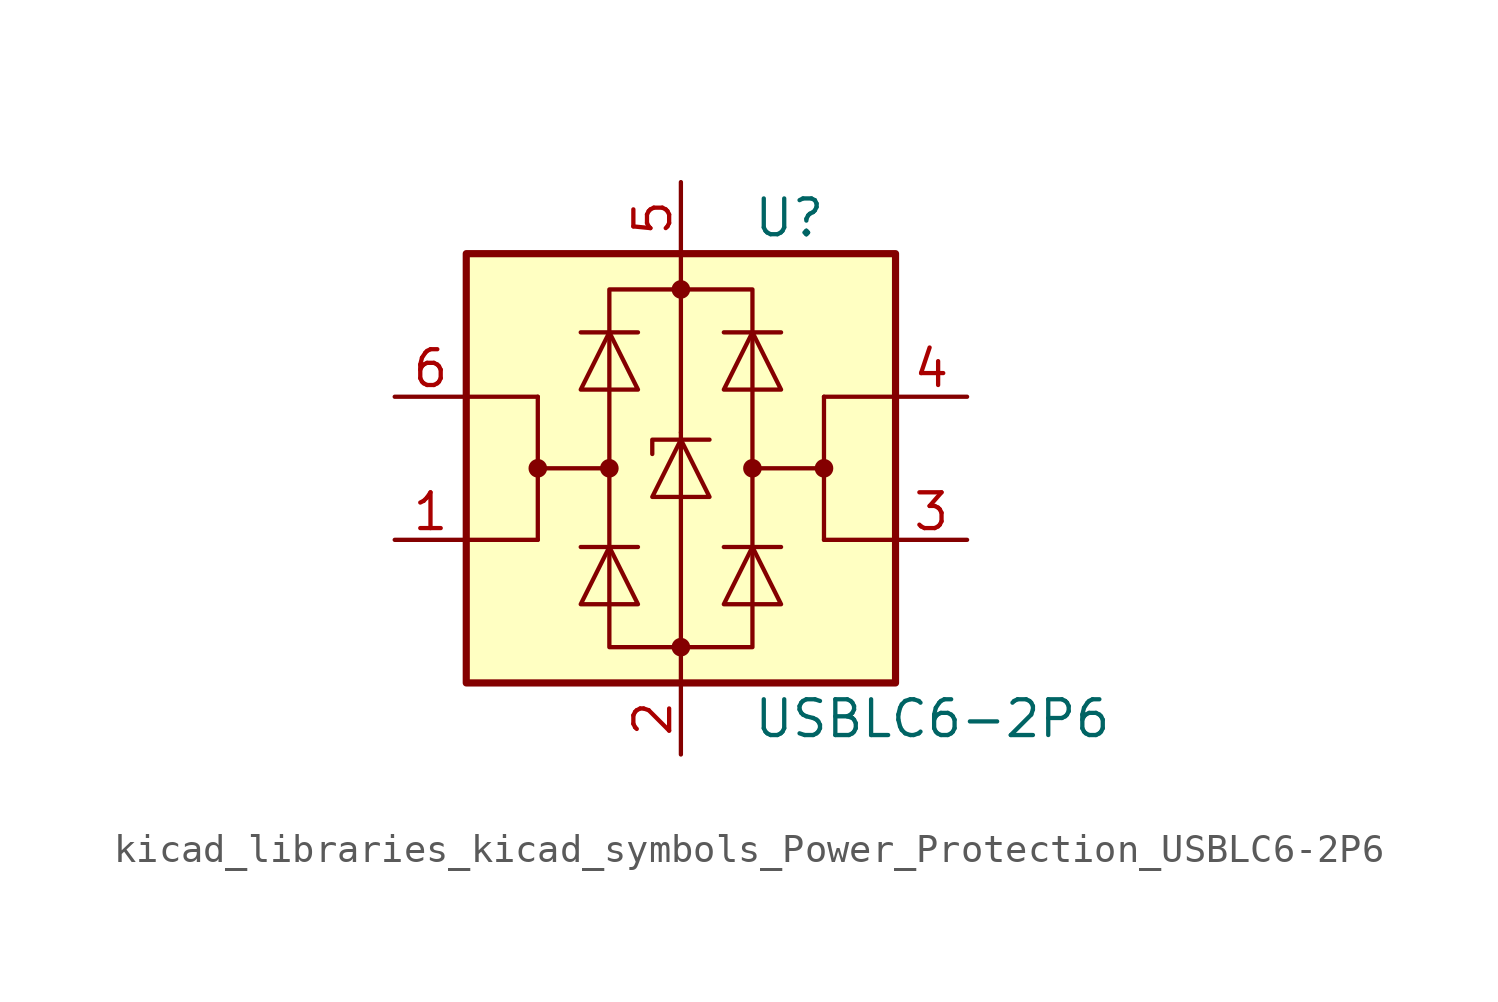
<source format=kicad_sym>
(kicad_symbol_lib
  (version 20220914)
  (generator kicad_symbol_editor)
  (symbol "kicad_libraries_kicad_symbols_Power_Protection_USBLC6-2P6"
    (pin_names hide)
    (property "Reference" "U"
      (at 2.54 8.89 0)
      (effects (font (size 1.27 1.27)) (justify left)))
    (property "Value" "USBLC6-2P6"
      (at 2.54 -8.89 0)
      (effects (font (size 1.27 1.27)) (justify left)))
    (symbol "kicad_libraries_kicad_symbols_Power_Protection_USBLC6-2P6_0_1"
      (rectangle (start -7.62 -7.62) (end 7.62 7.62) (stroke (width 0.254) (type default)) (fill (type background)))
      (circle (center -5.08 0) (radius 0.254) (stroke (width 0) (type default)) (fill (type outline)))
      (circle (center -2.54 0) (radius 0.254) (stroke (width 0) (type default)) (fill (type outline)))
      (rectangle (start -2.54 6.35) (end 2.54 -6.35) (stroke (width 0) (type default)) (fill (type none)))
      (circle (center 0 -6.35) (radius 0.254) (stroke (width 0) (type default)) (fill (type outline)))
      (polyline (pts (xy -5.08 -2.54) (xy -7.62 -2.54)) (stroke (width 0) (type default)) (fill (type none)))
      (polyline (pts (xy -5.08 0) (xy -5.08 -2.54)) (stroke (width 0) (type default)) (fill (type none)))
      (polyline (pts (xy -5.08 2.54) (xy -7.62 2.54)) (stroke (width 0) (type default)) (fill (type none)))
      (polyline (pts (xy -1.524 -2.794) (xy -3.556 -2.794)) (stroke (width 0) (type default)) (fill (type none)))
      (polyline (pts (xy -1.524 4.826) (xy -3.556 4.826)) (stroke (width 0) (type default)) (fill (type none)))
      (polyline (pts (xy 0 -7.62) (xy 0 -6.35)) (stroke (width 0) (type default)) (fill (type none)))
      (polyline (pts (xy 0 -6.35) (xy 0 1.27)) (stroke (width 0) (type default)) (fill (type none)))
      (polyline (pts (xy 0 1.27) (xy 0 6.35)) (stroke (width 0) (type default)) (fill (type none)))
      (polyline (pts (xy 0 6.35) (xy 0 7.62)) (stroke (width 0) (type default)) (fill (type none)))
      (polyline (pts (xy 1.524 -2.794) (xy 3.556 -2.794)) (stroke (width 0) (type default)) (fill (type none)))
      (polyline (pts (xy 1.524 4.826) (xy 3.556 4.826)) (stroke (width 0) (type default)) (fill (type none)))
      (polyline (pts (xy 5.08 -2.54) (xy 7.62 -2.54)) (stroke (width 0) (type default)) (fill (type none)))
      (polyline (pts (xy 5.08 0) (xy 5.08 -2.54)) (stroke (width 0) (type default)) (fill (type none)))
      (polyline (pts (xy 5.08 2.54) (xy 7.62 2.54)) (stroke (width 0) (type default)) (fill (type none)))
      (polyline (pts (xy -2.54 0) (xy -5.08 0) (xy -5.08 2.54)) (stroke (width 0) (type default)) (fill (type none)))
      (polyline (pts (xy 2.54 0) (xy 5.08 0) (xy 5.08 2.54)) (stroke (width 0) (type default)) (fill (type none)))
      (polyline (pts (xy -3.556 -4.826) (xy -1.524 -4.826) (xy -2.54 -2.794) (xy -3.556 -4.826)) (stroke (width 0) (type default)) (fill (type none)))
      (polyline (pts (xy -3.556 2.794) (xy -1.524 2.794) (xy -2.54 4.826) (xy -3.556 2.794)) (stroke (width 0) (type default)) (fill (type none)))
      (polyline (pts (xy -1.016 -1.016) (xy 1.016 -1.016) (xy 0 1.016) (xy -1.016 -1.016)) (stroke (width 0) (type default)) (fill (type none)))
      (polyline (pts (xy 1.016 1.016) (xy 0.762 1.016) (xy -1.016 1.016) (xy -1.016 0.508)) (stroke (width 0) (type default)) (fill (type none)))
      (polyline (pts (xy 3.556 -4.826) (xy 1.524 -4.826) (xy 2.54 -2.794) (xy 3.556 -4.826)) (stroke (width 0) (type default)) (fill (type none)))
      (polyline (pts (xy 3.556 2.794) (xy 1.524 2.794) (xy 2.54 4.826) (xy 3.556 2.794)) (stroke (width 0) (type default)) (fill (type none)))
      (circle (center 0 6.35) (radius 0.254) (stroke (width 0) (type default)) (fill (type outline)))
      (circle (center 2.54 0) (radius 0.254) (stroke (width 0) (type default)) (fill (type outline)))
      (circle (center 5.08 0) (radius 0.254) (stroke (width 0) (type default)) (fill (type outline))))
    (symbol "kicad_libraries_kicad_symbols_Power_Protection_USBLC6-2P6_1_1"
      (pin passive line (at -10.16 -2.54 0) (length 2.54) (name "I/O1" (effects (font (size 1.27 1.27)))) (number "1" (effects (font (size 1.27 1.27)))))
      (pin passive line (at 0 -10.16 90) (length 2.54) (name "GND" (effects (font (size 1.27 1.27)))) (number "2" (effects (font (size 1.27 1.27)))))
      (pin passive line (at 10.16 -2.54 180) (length 2.54) (name "I/O2" (effects (font (size 1.27 1.27)))) (number "3" (effects (font (size 1.27 1.27)))))
      (pin passive line (at 10.16 2.54 180) (length 2.54) (name "I/O2" (effects (font (size 1.27 1.27)))) (number "4" (effects (font (size 1.27 1.27)))))
      (pin passive line (at 0 10.16 270) (length 2.54) (name "VBUS" (effects (font (size 1.27 1.27)))) (number "5" (effects (font (size 1.27 1.27)))))
      (pin passive line (at -10.16 2.54 0) (length 2.54) (name "I/O1" (effects (font (size 1.27 1.27)))) (number "6" (effects (font (size 1.27 1.27))))))))
</source>
